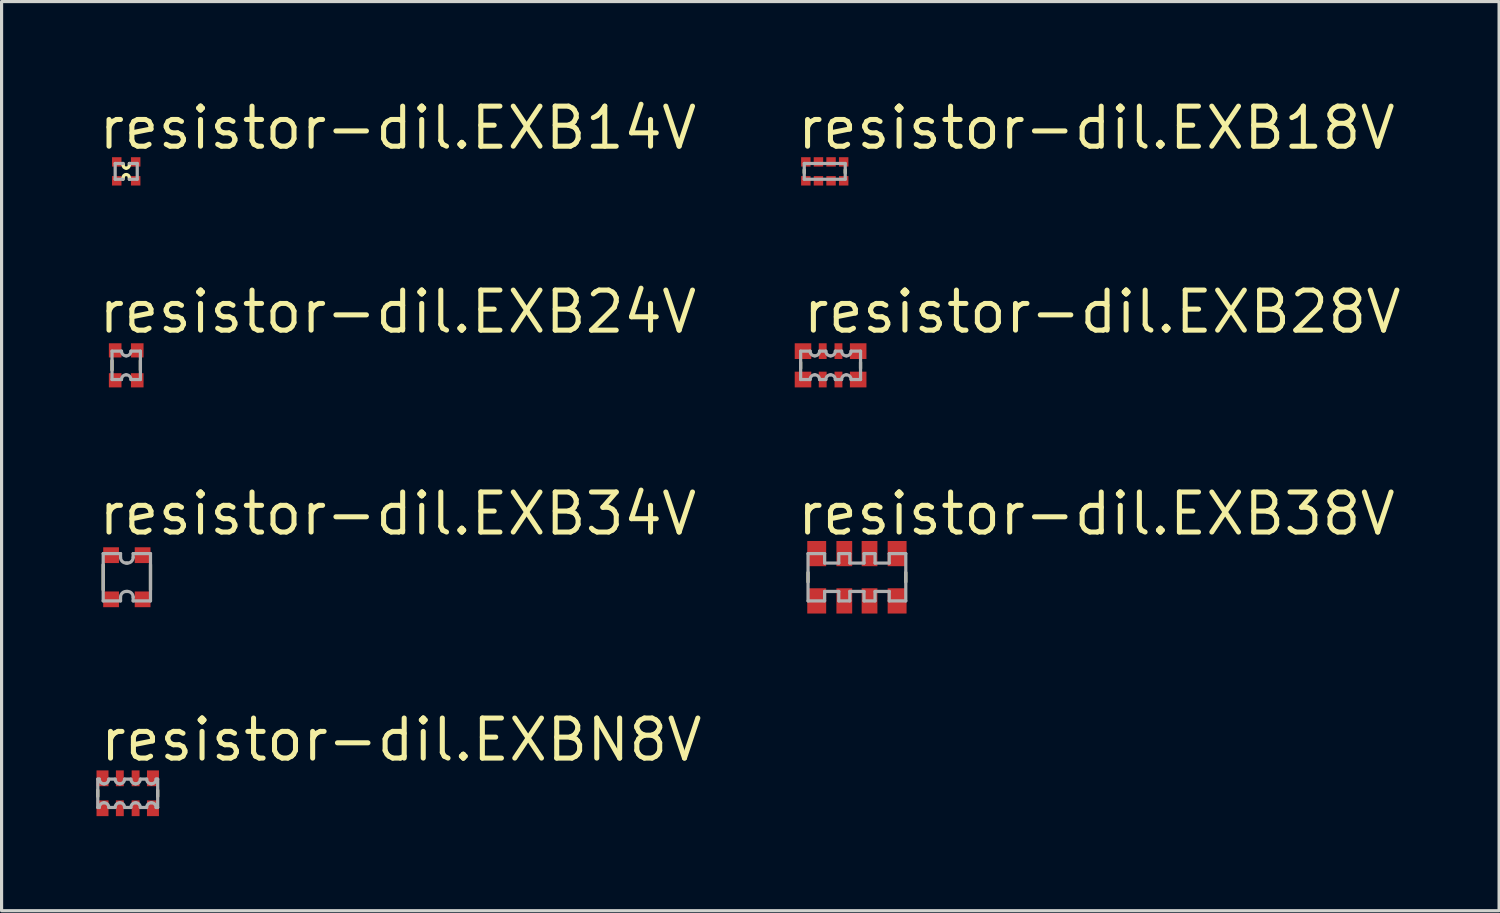
<source format=kicad_pcb>
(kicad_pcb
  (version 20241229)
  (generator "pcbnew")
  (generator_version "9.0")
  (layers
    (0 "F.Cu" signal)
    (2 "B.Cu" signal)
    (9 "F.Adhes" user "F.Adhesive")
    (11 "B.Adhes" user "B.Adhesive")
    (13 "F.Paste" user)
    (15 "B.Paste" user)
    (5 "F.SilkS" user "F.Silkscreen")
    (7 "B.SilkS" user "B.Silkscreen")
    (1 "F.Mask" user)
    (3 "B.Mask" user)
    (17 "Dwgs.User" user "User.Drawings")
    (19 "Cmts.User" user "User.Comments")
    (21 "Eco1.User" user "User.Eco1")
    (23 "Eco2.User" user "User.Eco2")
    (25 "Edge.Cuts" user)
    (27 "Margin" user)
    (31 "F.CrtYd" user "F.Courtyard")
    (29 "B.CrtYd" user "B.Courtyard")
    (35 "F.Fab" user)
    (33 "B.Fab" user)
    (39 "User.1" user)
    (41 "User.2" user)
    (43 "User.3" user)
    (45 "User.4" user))
  (footprint "resistor-dil.EXB18V"
    (layer "F.Cu")
    (at 23.108 2.385)
    (property "Reference" "resistor-dil.EXB18V" (at -0.953 -0.635 0) (layer "F.SilkS") (effects (font (size 1.27 1.27) (thickness 0.16)) (justify left bottom)))
    (attr smd)
    (fp_line (start -0.65 0.05) (end -0.65 -0.05) (stroke (width 0.102) (type default)) (layer "F.SilkS"))
    (fp_line (start 0.65 -0.05) (end 0.65 0.05) (stroke (width 0.102) (type default)) (layer "F.SilkS"))
    (fp_line (start -0.65 -0.25) (end 0.65 -0.25) (stroke (width 0.102) (type default)) (layer "F.Fab"))
    (fp_line (start -0.65 0.25) (end -0.65 -0.25) (stroke (width 0.102) (type default)) (layer "F.Fab"))
    (fp_line (start 0.65 -0.25) (end 0.65 0.25) (stroke (width 0.102) (type default)) (layer "F.Fab"))
    (fp_line (start 0.65 0.25) (end -0.65 0.25) (stroke (width 0.102) (type default)) (layer "F.Fab"))
    (pad "1" smd roundrect (at -0.6 0.3) (size 0.3 0.3) (layers "F.Cu" "F.Mask" "F.Paste") (roundrect_rratio 0.01))
    (pad "2" smd roundrect (at -0.2 0.3) (size 0.3 0.3) (layers "F.Cu" "F.Mask" "F.Paste") (roundrect_rratio 0.01))
    (pad "3" smd roundrect (at 0.2 0.3) (size 0.3 0.3) (layers "F.Cu" "F.Mask" "F.Paste") (roundrect_rratio 0.01))
    (pad "4" smd roundrect (at 0.6 0.3) (size 0.3 0.3) (layers "F.Cu" "F.Mask" "F.Paste") (roundrect_rratio 0.01))
    (pad "5" smd roundrect (at 0.6 -0.3) (size 0.3 0.3) (layers "F.Cu" "F.Mask" "F.Paste") (roundrect_rratio 0.01))
    (pad "6" smd roundrect (at 0.2 -0.3) (size 0.3 0.3) (layers "F.Cu" "F.Mask" "F.Paste") (roundrect_rratio 0.01))
    (pad "7" smd roundrect (at -0.2 -0.3) (size 0.3 0.3) (layers "F.Cu" "F.Mask" "F.Paste") (roundrect_rratio 0.01))
    (pad "8" smd roundrect (at -0.6 -0.3) (size 0.3 0.3) (layers "F.Cu" "F.Mask" "F.Paste") (roundrect_rratio 0.01)))
  (footprint "resistor-dil.EXB28V"
    (layer "F.Cu")
    (at 23.293 8.537)
    (property "Reference" "resistor-dil.EXB28V" (at -0.953 -0.953 0) (layer "F.SilkS") (effects (font (size 1.27 1.27) (thickness 0.16)) (justify left bottom)))
    (attr smd)
    (fp_line (start -0.95 0.1) (end -0.95 -0.1) (stroke (width 0.102) (type default)) (layer "F.SilkS"))
    (fp_line (start 0.95 -0.1) (end 0.95 0.1) (stroke (width 0.102) (type default)) (layer "F.SilkS"))
    (fp_line (start -0.95 -0.45) (end -0.65 -0.45) (stroke (width 0.102) (type default)) (layer "F.Fab"))
    (fp_line (start -0.95 0.45) (end -0.95 -0.45) (stroke (width 0.102) (type default)) (layer "F.Fab"))
    (fp_line (start -0.65 0.45) (end -0.95 0.45) (stroke (width 0.102) (type default)) (layer "F.Fab"))
    (fp_line (start -0.35 -0.45) (end -0.15 -0.45) (stroke (width 0.102) (type default)) (layer "F.Fab"))
    (fp_line (start -0.15 0.45) (end -0.35 0.45) (stroke (width 0.102) (type default)) (layer "F.Fab"))
    (fp_line (start 0.15 -0.45) (end 0.35 -0.45) (stroke (width 0.102) (type default)) (layer "F.Fab"))
    (fp_line (start 0.35 0.45) (end 0.15 0.45) (stroke (width 0.102) (type default)) (layer "F.Fab"))
    (fp_line (start 0.65 -0.45) (end 0.95 -0.45) (stroke (width 0.102) (type default)) (layer "F.Fab"))
    (fp_line (start 0.95 -0.45) (end 0.95 0.45) (stroke (width 0.102) (type default)) (layer "F.Fab"))
    (fp_line (start 0.95 0.45) (end 0.65 0.45) (stroke (width 0.102) (type default)) (layer "F.Fab"))
    (fp_arc (start -0.65 0.45) (mid -0.606066 0.343934) (end -0.5 0.3) (stroke (width 0.1016) (type default)) (layer "F.Fab"))
    (fp_arc (start -0.5 -0.3) (mid -0.606066 -0.343934) (end -0.65 -0.45) (stroke (width 0.1016) (type default)) (layer "F.Fab"))
    (fp_arc (start -0.5 0.3) (mid -0.393934 0.343934) (end -0.35 0.45) (stroke (width 0.1016) (type default)) (layer "F.Fab"))
    (fp_arc (start -0.35 -0.45) (mid -0.393934 -0.343934) (end -0.5 -0.3) (stroke (width 0.1016) (type default)) (layer "F.Fab"))
    (fp_arc (start -0.15 0.45) (mid -0.106066 0.343934) (end 0 0.3) (stroke (width 0.1016) (type default)) (layer "F.Fab"))
    (fp_arc (start 0 -0.3) (mid -0.106066 -0.343934) (end -0.15 -0.45) (stroke (width 0.1016) (type default)) (layer "F.Fab"))
    (fp_arc (start 0 0.3) (mid 0.106066 0.343934) (end 0.15 0.45) (stroke (width 0.1016) (type default)) (layer "F.Fab"))
    (fp_arc (start 0.15 -0.45) (mid 0.106066 -0.343934) (end 0 -0.3) (stroke (width 0.1016) (type default)) (layer "F.Fab"))
    (fp_arc (start 0.35 0.45) (mid 0.393934 0.343934) (end 0.5 0.3) (stroke (width 0.1016) (type default)) (layer "F.Fab"))
    (fp_arc (start 0.5 -0.3) (mid 0.393934 -0.343934) (end 0.35 -0.45) (stroke (width 0.1016) (type default)) (layer "F.Fab"))
    (fp_arc (start 0.5 0.3) (mid 0.606066 0.343934) (end 0.65 0.45) (stroke (width 0.1016) (type default)) (layer "F.Fab"))
    (fp_arc (start 0.65 -0.45) (mid 0.606066 -0.343934) (end 0.5 -0.3) (stroke (width 0.1016) (type default)) (layer "F.Fab"))
    (pad "1" smd roundrect (at -0.875 0.45) (size 0.525 0.5) (layers "F.Cu" "F.Mask" "F.Paste") (roundrect_rratio 0.01))
    (pad "2" smd roundrect (at -0.25 0.45) (size 0.25 0.5) (layers "F.Cu" "F.Mask" "F.Paste") (roundrect_rratio 0.01))
    (pad "3" smd roundrect (at 0.25 0.45) (size 0.25 0.5) (layers "F.Cu" "F.Mask" "F.Paste") (roundrect_rratio 0.01))
    (pad "4" smd roundrect (at 0.875 0.45) (size 0.525 0.5) (layers "F.Cu" "F.Mask" "F.Paste") (roundrect_rratio 0.01))
    (pad "5" smd roundrect (at 0.875 -0.45 180) (size 0.525 0.5) (layers "F.Cu" "F.Mask" "F.Paste") (roundrect_rratio 0.01))
    (pad "6" smd roundrect (at 0.25 -0.45 180) (size 0.25 0.5) (layers "F.Cu" "F.Mask" "F.Paste") (roundrect_rratio 0.01))
    (pad "7" smd roundrect (at -0.25 -0.45 180) (size 0.25 0.5) (layers "F.Cu" "F.Mask" "F.Paste") (roundrect_rratio 0.01))
    (pad "8" smd roundrect (at -0.875 -0.45 180) (size 0.525 0.5) (layers "F.Cu" "F.Mask" "F.Paste") (roundrect_rratio 0.01)))
  (footprint "resistor-dil.EXB24V"
    (layer "F.Cu")
    (at 0.953 8.537)
    (property "Reference" "resistor-dil.EXB24V" (at -0.953 -0.953 0) (layer "F.SilkS") (effects (font (size 1.27 1.27) (thickness 0.16)) (justify left bottom)))
    (attr smd)
    (fp_line (start -0.45 0.15) (end -0.45 -0.15) (stroke (width 0.102) (type default)) (layer "F.SilkS"))
    (fp_line (start 0.45 -0.15) (end 0.45 0.15) (stroke (width 0.102) (type default)) (layer "F.SilkS"))
    (fp_line (start -0.45 -0.45) (end -0.15 -0.45) (stroke (width 0.102) (type default)) (layer "F.Fab"))
    (fp_line (start -0.45 0.45) (end -0.45 -0.45) (stroke (width 0.102) (type default)) (layer "F.Fab"))
    (fp_line (start -0.15 0.45) (end -0.45 0.45) (stroke (width 0.102) (type default)) (layer "F.Fab"))
    (fp_line (start 0.15 -0.45) (end 0.45 -0.45) (stroke (width 0.102) (type default)) (layer "F.Fab"))
    (fp_line (start 0.45 -0.45) (end 0.45 0.45) (stroke (width 0.102) (type default)) (layer "F.Fab"))
    (fp_line (start 0.45 0.45) (end 0.15 0.45) (stroke (width 0.102) (type default)) (layer "F.Fab"))
    (fp_arc (start -0.15 0.45) (mid -0.106066 0.343934) (end 0 0.3) (stroke (width 0.1016) (type default)) (layer "F.Fab"))
    (fp_arc (start 0 -0.3) (mid -0.106066 -0.343934) (end -0.15 -0.45) (stroke (width 0.1016) (type default)) (layer "F.Fab"))
    (fp_arc (start 0 0.3) (mid 0.106066 0.343934) (end 0.15 0.45) (stroke (width 0.1016) (type default)) (layer "F.Fab"))
    (fp_arc (start 0.15 -0.45) (mid 0.106066 -0.343934) (end 0 -0.3) (stroke (width 0.1016) (type default)) (layer "F.Fab"))
    (pad "1" smd roundrect (at -0.35 0.475) (size 0.4 0.45) (layers "F.Cu" "F.Mask" "F.Paste") (roundrect_rratio 0.01))
    (pad "2" smd roundrect (at 0.35 0.475) (size 0.4 0.45) (layers "F.Cu" "F.Mask" "F.Paste") (roundrect_rratio 0.01))
    (pad "3" smd roundrect (at 0.35 -0.475) (size 0.4 0.45) (layers "F.Cu" "F.Mask" "F.Paste") (roundrect_rratio 0.01))
    (pad "4" smd roundrect (at -0.35 -0.475) (size 0.4 0.45) (layers "F.Cu" "F.Mask" "F.Paste") (roundrect_rratio 0.01)))
  (footprint "resistor-dil.EXB38V"
    (layer "F.Cu")
    (at 24.128 15.258)
    (property "Reference" "resistor-dil.EXB38V" (at -1.972 -1.27 0) (layer "F.SilkS") (effects (font (size 1.27 1.27) (thickness 0.16)) (justify left bottom)))
    (attr smd)
    (fp_line (start -1.55 0.15) (end -1.55 -0.15) (stroke (width 0.102) (type default)) (layer "F.SilkS"))
    (fp_line (start 1.55 -0.15) (end 1.55 0.15) (stroke (width 0.102) (type default)) (layer "F.SilkS"))
    (fp_line (start -1.55 -0.75) (end -1.025 -0.75) (stroke (width 0.102) (type default)) (layer "F.Fab"))
    (fp_line (start -1.55 0.75) (end -1.55 -0.75) (stroke (width 0.102) (type default)) (layer "F.Fab"))
    (fp_line (start -1.025 -0.75) (end -1.025 -0.45) (stroke (width 0.102) (type default)) (layer "F.Fab"))
    (fp_line (start -1.025 -0.45) (end -0.575 -0.45) (stroke (width 0.102) (type default)) (layer "F.Fab"))
    (fp_line (start -1.025 0.45) (end -1.025 0.75) (stroke (width 0.102) (type default)) (layer "F.Fab"))
    (fp_line (start -1.025 0.75) (end -1.55 0.75) (stroke (width 0.102) (type default)) (layer "F.Fab"))
    (fp_line (start -0.575 -0.75) (end -0.225 -0.75) (stroke (width 0.102) (type default)) (layer "F.Fab"))
    (fp_line (start -0.575 -0.45) (end -0.575 -0.75) (stroke (width 0.102) (type default)) (layer "F.Fab"))
    (fp_line (start -0.575 0.45) (end -1.025 0.45) (stroke (width 0.102) (type default)) (layer "F.Fab"))
    (fp_line (start -0.575 0.75) (end -0.575 0.45) (stroke (width 0.102) (type default)) (layer "F.Fab"))
    (fp_line (start -0.225 -0.75) (end -0.225 -0.45) (stroke (width 0.102) (type default)) (layer "F.Fab"))
    (fp_line (start -0.225 -0.45) (end 0.225 -0.45) (stroke (width 0.102) (type default)) (layer "F.Fab"))
    (fp_line (start -0.225 0.45) (end -0.225 0.75) (stroke (width 0.102) (type default)) (layer "F.Fab"))
    (fp_line (start -0.225 0.75) (end -0.575 0.75) (stroke (width 0.102) (type default)) (layer "F.Fab"))
    (fp_line (start 0.225 -0.75) (end 0.575 -0.75) (stroke (width 0.102) (type default)) (layer "F.Fab"))
    (fp_line (start 0.225 -0.45) (end 0.225 -0.75) (stroke (width 0.102) (type default)) (layer "F.Fab"))
    (fp_line (start 0.225 0.45) (end -0.225 0.45) (stroke (width 0.102) (type default)) (layer "F.Fab"))
    (fp_line (start 0.225 0.75) (end 0.225 0.45) (stroke (width 0.102) (type default)) (layer "F.Fab"))
    (fp_line (start 0.575 -0.75) (end 0.575 -0.45) (stroke (width 0.102) (type default)) (layer "F.Fab"))
    (fp_line (start 0.575 -0.45) (end 1.025 -0.45) (stroke (width 0.102) (type default)) (layer "F.Fab"))
    (fp_line (start 0.575 0.45) (end 0.575 0.75) (stroke (width 0.102) (type default)) (layer "F.Fab"))
    (fp_line (start 0.575 0.75) (end 0.225 0.75) (stroke (width 0.102) (type default)) (layer "F.Fab"))
    (fp_line (start 1.025 -0.75) (end 1.55 -0.75) (stroke (width 0.102) (type default)) (layer "F.Fab"))
    (fp_line (start 1.025 -0.45) (end 1.025 -0.75) (stroke (width 0.102) (type default)) (layer "F.Fab"))
    (fp_line (start 1.025 0.45) (end 0.575 0.45) (stroke (width 0.102) (type default)) (layer "F.Fab"))
    (fp_line (start 1.025 0.75) (end 1.025 0.45) (stroke (width 0.102) (type default)) (layer "F.Fab"))
    (fp_line (start 1.55 -0.75) (end 1.55 0.75) (stroke (width 0.102) (type default)) (layer "F.Fab"))
    (fp_line (start 1.55 0.75) (end 1.025 0.75) (stroke (width 0.102) (type default)) (layer "F.Fab"))
    (pad "1" smd roundrect (at -1.275 0.75) (size 0.6 0.8) (layers "F.Cu" "F.Mask" "F.Paste") (roundrect_rratio 0.01))
    (pad "2" smd roundrect (at -0.4 0.75) (size 0.5 0.8) (layers "F.Cu" "F.Mask" "F.Paste") (roundrect_rratio 0.01))
    (pad "3" smd roundrect (at 0.4 0.75) (size 0.5 0.8) (layers "F.Cu" "F.Mask" "F.Paste") (roundrect_rratio 0.01))
    (pad "4" smd roundrect (at 1.275 0.75) (size 0.6 0.8) (layers "F.Cu" "F.Mask" "F.Paste") (roundrect_rratio 0.01))
    (pad "5" smd roundrect (at 1.275 -0.75 180) (size 0.6 0.8) (layers "F.Cu" "F.Mask" "F.Paste") (roundrect_rratio 0.01))
    (pad "6" smd roundrect (at 0.4 -0.75 180) (size 0.5 0.8) (layers "F.Cu" "F.Mask" "F.Paste") (roundrect_rratio 0.01))
    (pad "7" smd roundrect (at -0.4 -0.75 180) (size 0.5 0.8) (layers "F.Cu" "F.Mask" "F.Paste") (roundrect_rratio 0.01))
    (pad "8" smd roundrect (at -1.275 -0.75 180) (size 0.6 0.8) (layers "F.Cu" "F.Mask" "F.Paste") (roundrect_rratio 0.01)))
  (footprint "resistor-dil.EXB34V"
    (layer "F.Cu")
    (at 0.973 15.258)
    (property "Reference" "resistor-dil.EXB34V" (at -0.973 -1.27 0) (layer "F.SilkS") (effects (font (size 1.27 1.27) (thickness 0.16)) (justify left bottom)))
    (attr smd)
    (fp_line (start -0.75 0.4) (end -0.75 -0.4) (stroke (width 0.102) (type default)) (layer "F.SilkS"))
    (fp_line (start 0.75 -0.4) (end 0.75 0.4) (stroke (width 0.102) (type default)) (layer "F.SilkS"))
    (fp_line (start -0.75 -0.75) (end -0.2 -0.75) (stroke (width 0.102) (type default)) (layer "F.Fab"))
    (fp_line (start -0.75 0.75) (end -0.75 -0.75) (stroke (width 0.102) (type default)) (layer "F.Fab"))
    (fp_line (start -0.2 -0.75) (end -0.2 -0.63) (stroke (width 0.102) (type default)) (layer "F.Fab"))
    (fp_line (start -0.2 0.63) (end -0.2 0.75) (stroke (width 0.102) (type default)) (layer "F.Fab"))
    (fp_line (start -0.2 0.75) (end -0.75 0.75) (stroke (width 0.102) (type default)) (layer "F.Fab"))
    (fp_line (start -0.02 -0.45) (end 0.02 -0.45) (stroke (width 0.102) (type default)) (layer "F.Fab"))
    (fp_line (start 0.02 0.45) (end -0.02 0.45) (stroke (width 0.102) (type default)) (layer "F.Fab"))
    (fp_line (start 0.2 -0.75) (end 0.75 -0.75) (stroke (width 0.102) (type default)) (layer "F.Fab"))
    (fp_line (start 0.2 -0.63) (end 0.2 -0.75) (stroke (width 0.102) (type default)) (layer "F.Fab"))
    (fp_line (start 0.2 0.75) (end 0.2 0.63) (stroke (width 0.102) (type default)) (layer "F.Fab"))
    (fp_line (start 0.75 -0.75) (end 0.75 0.75) (stroke (width 0.102) (type default)) (layer "F.Fab"))
    (fp_line (start 0.75 0.75) (end 0.2 0.75) (stroke (width 0.102) (type default)) (layer "F.Fab"))
    (fp_arc (start -0.2 0.63) (mid -0.147279 0.502721) (end -0.02 0.45) (stroke (width 0.1016) (type default)) (layer "F.Fab"))
    (fp_arc (start -0.02 -0.45) (mid -0.147279 -0.502721) (end -0.2 -0.63) (stroke (width 0.1016) (type default)) (layer "F.Fab"))
    (fp_arc (start 0.02 0.45) (mid 0.147279 0.502721) (end 0.2 0.63) (stroke (width 0.1016) (type default)) (layer "F.Fab"))
    (fp_arc (start 0.2 -0.63) (mid 0.147279 -0.502721) (end 0.02 -0.45) (stroke (width 0.1016) (type default)) (layer "F.Fab"))
    (pad "1" smd roundrect (at -0.5 0.7) (size 0.5 0.5) (layers "F.Cu" "F.Mask" "F.Paste") (roundrect_rratio 0.01))
    (pad "2" smd roundrect (at 0.5 0.7) (size 0.5 0.5) (layers "F.Cu" "F.Mask" "F.Paste") (roundrect_rratio 0.01))
    (pad "3" smd roundrect (at 0.5 -0.7 180) (size 0.5 0.5) (layers "F.Cu" "F.Mask" "F.Paste") (roundrect_rratio 0.01))
    (pad "4" smd roundrect (at -0.5 -0.7 180) (size 0.5 0.5) (layers "F.Cu" "F.Mask" "F.Paste") (roundrect_rratio 0.01)))
  (footprint "resistor-dil.EXBN8V"
    (layer "F.Cu")
    (at 1.001 22.11)
    (property "Reference" "resistor-dil.EXBN8V" (at -0.953 -0.953 0) (layer "F.SilkS") (effects (font (size 1.27 1.27) (thickness 0.16)) (justify left bottom)))
    (attr smd)
    (fp_line (start -0.95 0.1) (end -0.95 -0.1) (stroke (width 0.102) (type default)) (layer "F.SilkS"))
    (fp_line (start 0.95 -0.1) (end 0.95 0.1) (stroke (width 0.102) (type default)) (layer "F.SilkS"))
    (fp_line (start -0.95 -0.45) (end -0.9 -0.45) (stroke (width 0.102) (type default)) (layer "F.Fab"))
    (fp_line (start -0.95 0.45) (end -0.95 -0.45) (stroke (width 0.102) (type default)) (layer "F.Fab"))
    (fp_line (start -0.9 0.45) (end -0.95 0.45) (stroke (width 0.102) (type default)) (layer "F.Fab"))
    (fp_line (start -0.6 -0.45) (end -0.4 -0.45) (stroke (width 0.102) (type default)) (layer "F.Fab"))
    (fp_line (start -0.4 0.45) (end -0.6 0.45) (stroke (width 0.102) (type default)) (layer "F.Fab"))
    (fp_line (start -0.1 -0.45) (end 0.1 -0.45) (stroke (width 0.102) (type default)) (layer "F.Fab"))
    (fp_line (start 0.1 0.45) (end -0.1 0.45) (stroke (width 0.102) (type default)) (layer "F.Fab"))
    (fp_line (start 0.4 -0.45) (end 0.6 -0.45) (stroke (width 0.102) (type default)) (layer "F.Fab"))
    (fp_line (start 0.6 0.45) (end 0.4 0.45) (stroke (width 0.102) (type default)) (layer "F.Fab"))
    (fp_line (start 0.9 -0.45) (end 0.95 -0.45) (stroke (width 0.102) (type default)) (layer "F.Fab"))
    (fp_line (start 0.95 -0.45) (end 0.95 0.45) (stroke (width 0.102) (type default)) (layer "F.Fab"))
    (fp_line (start 0.95 0.45) (end 0.9 0.45) (stroke (width 0.102) (type default)) (layer "F.Fab"))
    (fp_arc (start -0.9 0.45) (mid -0.856066 0.343934) (end -0.75 0.3) (stroke (width 0.1016) (type default)) (layer "F.Fab"))
    (fp_arc (start -0.75 -0.3) (mid -0.856066 -0.343934) (end -0.9 -0.45) (stroke (width 0.1016) (type default)) (layer "F.Fab"))
    (fp_arc (start -0.75 0.3) (mid -0.643934 0.343934) (end -0.6 0.45) (stroke (width 0.1016) (type default)) (layer "F.Fab"))
    (fp_arc (start -0.6 -0.45) (mid -0.643934 -0.343934) (end -0.75 -0.3) (stroke (width 0.1016) (type default)) (layer "F.Fab"))
    (fp_arc (start -0.4 0.45) (mid -0.356066 0.343934) (end -0.25 0.3) (stroke (width 0.1016) (type default)) (layer "F.Fab"))
    (fp_arc (start -0.25 -0.3) (mid -0.356066 -0.343934) (end -0.4 -0.45) (stroke (width 0.1016) (type default)) (layer "F.Fab"))
    (fp_arc (start -0.25 0.3) (mid -0.143934 0.343934) (end -0.1 0.45) (stroke (width 0.1016) (type default)) (layer "F.Fab"))
    (fp_arc (start -0.1 -0.45) (mid -0.143934 -0.343934) (end -0.25 -0.3) (stroke (width 0.1016) (type default)) (layer "F.Fab"))
    (fp_arc (start 0.1 0.45) (mid 0.143934 0.343934) (end 0.25 0.3) (stroke (width 0.1016) (type default)) (layer "F.Fab"))
    (fp_arc (start 0.25 -0.3) (mid 0.143934 -0.343934) (end 0.1 -0.45) (stroke (width 0.1016) (type default)) (layer "F.Fab"))
    (fp_arc (start 0.25 0.3) (mid 0.356066 0.343934) (end 0.4 0.45) (stroke (width 0.1016) (type default)) (layer "F.Fab"))
    (fp_arc (start 0.4 -0.45) (mid 0.356066 -0.343934) (end 0.25 -0.3) (stroke (width 0.1016) (type default)) (layer "F.Fab"))
    (fp_arc (start 0.6 0.45) (mid 0.643934 0.343934) (end 0.75 0.3) (stroke (width 0.1016) (type default)) (layer "F.Fab"))
    (fp_arc (start 0.75 -0.3) (mid 0.643934 -0.343934) (end 0.6 -0.45) (stroke (width 0.1016) (type default)) (layer "F.Fab"))
    (fp_arc (start 0.75 0.3) (mid 0.856066 0.343934) (end 0.9 0.45) (stroke (width 0.1016) (type default)) (layer "F.Fab"))
    (fp_arc (start 0.9 -0.45) (mid 0.856066 -0.343934) (end 0.75 -0.3) (stroke (width 0.1016) (type default)) (layer "F.Fab"))
    (pad "1" smd roundrect (at -0.8 0.475) (size 0.38 0.5) (layers "F.Cu" "F.Mask" "F.Paste") (roundrect_rratio 0.01))
    (pad "2" smd roundrect (at -0.25 0.475) (size 0.25 0.5) (layers "F.Cu" "F.Mask" "F.Paste") (roundrect_rratio 0.01))
    (pad "3" smd roundrect (at 0.25 0.475) (size 0.25 0.5) (layers "F.Cu" "F.Mask" "F.Paste") (roundrect_rratio 0.01))
    (pad "4" smd roundrect (at 0.8 0.475) (size 0.38 0.5) (layers "F.Cu" "F.Mask" "F.Paste") (roundrect_rratio 0.01))
    (pad "5" smd roundrect (at 0.8 -0.475 180) (size 0.38 0.5) (layers "F.Cu" "F.Mask" "F.Paste") (roundrect_rratio 0.01))
    (pad "6" smd roundrect (at 0.25 -0.475 180) (size 0.25 0.5) (layers "F.Cu" "F.Mask" "F.Paste") (roundrect_rratio 0.01))
    (pad "7" smd roundrect (at -0.25 -0.475 180) (size 0.25 0.5) (layers "F.Cu" "F.Mask" "F.Paste") (roundrect_rratio 0.01))
    (pad "8" smd roundrect (at -0.8 -0.475 180) (size 0.38 0.5) (layers "F.Cu" "F.Mask" "F.Paste") (roundrect_rratio 0.01)))
  (footprint "resistor-dil.EXB14V"
    (layer "F.Cu")
    (at 0.953 2.385)
    (property "Reference" "resistor-dil.EXB14V" (at -0.953 -0.635 0) (layer "F.SilkS") (effects (font (size 1.27 1.27) (thickness 0.16)) (justify left bottom)))
    (attr smd)
    (fp_line (start -0.1 -0.25) (end -0.1 -0.2) (stroke (width 0.102) (type default)) (layer "F.SilkS"))
    (fp_line (start -0.1 0.2) (end -0.1 0.25) (stroke (width 0.102) (type default)) (layer "F.SilkS"))
    (fp_line (start 0.1 -0.2) (end 0.1 -0.25) (stroke (width 0.102) (type default)) (layer "F.SilkS"))
    (fp_line (start 0.1 0.25) (end 0.1 0.2) (stroke (width 0.102) (type default)) (layer "F.SilkS"))
    (fp_arc (start -0.1 0.2) (mid -0.070711 0.129289) (end 0 0.1) (stroke (width 0.1016) (type default)) (layer "F.SilkS"))
    (fp_arc (start 0 -0.1) (mid -0.070711 -0.129289) (end -0.1 -0.2) (stroke (width 0.1016) (type default)) (layer "F.SilkS"))
    (fp_arc (start 0 0.1) (mid 0.070711 0.129289) (end 0.1 0.2) (stroke (width 0.1016) (type default)) (layer "F.SilkS"))
    (fp_arc (start 0.1 -0.2) (mid 0.070711 -0.129289) (end 0 -0.1) (stroke (width 0.1016) (type default)) (layer "F.SilkS"))
    (fp_line (start -0.35 -0.25) (end -0.1 -0.25) (stroke (width 0.102) (type default)) (layer "F.Fab"))
    (fp_line (start -0.35 0.25) (end -0.35 -0.25) (stroke (width 0.102) (type default)) (layer "F.Fab"))
    (fp_line (start -0.1 0.25) (end -0.35 0.25) (stroke (width 0.102) (type default)) (layer "F.Fab"))
    (fp_line (start 0.1 -0.25) (end 0.35 -0.25) (stroke (width 0.102) (type default)) (layer "F.Fab"))
    (fp_line (start 0.35 -0.25) (end 0.35 0.25) (stroke (width 0.102) (type default)) (layer "F.Fab"))
    (fp_line (start 0.35 0.25) (end 0.1 0.25) (stroke (width 0.102) (type default)) (layer "F.Fab"))
    (pad "1" smd roundrect (at -0.3 0.3) (size 0.3 0.3) (layers "F.Cu" "F.Mask" "F.Paste") (roundrect_rratio 0.01))
    (pad "2" smd roundrect (at 0.3 0.3) (size 0.3 0.3) (layers "F.Cu" "F.Mask" "F.Paste") (roundrect_rratio 0.01))
    (pad "3" smd roundrect (at 0.3 -0.3) (size 0.3 0.3) (layers "F.Cu" "F.Mask" "F.Paste") (roundrect_rratio 0.01))
    (pad "4" smd roundrect (at -0.3 -0.3) (size 0.3 0.3) (layers "F.Cu" "F.Mask" "F.Paste") (roundrect_rratio 0.01)))
  (gr_rect
    (start -3 -3)
    (end 44.495 25.835)
    (stroke (width 0.1) (type default))
    (fill no)
    (layer "Edge.Cuts")))
</source>
